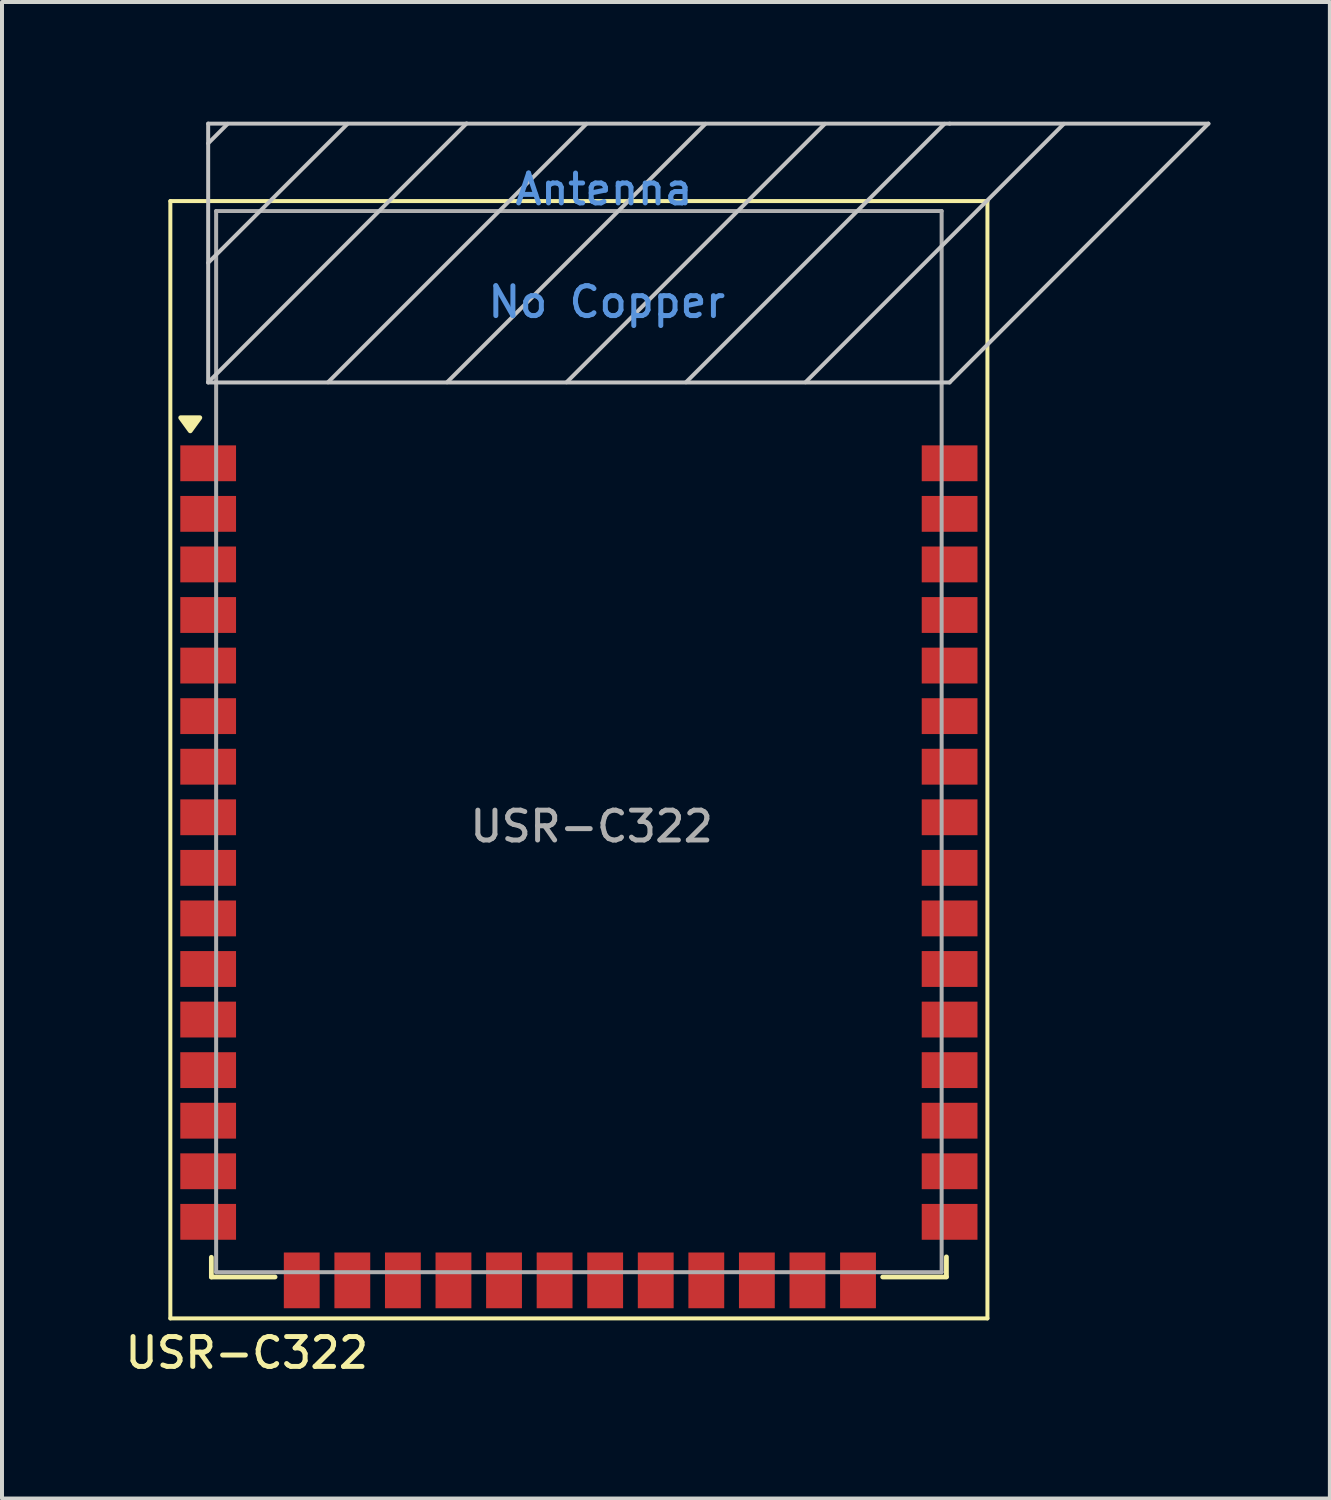
<source format=kicad_pcb>
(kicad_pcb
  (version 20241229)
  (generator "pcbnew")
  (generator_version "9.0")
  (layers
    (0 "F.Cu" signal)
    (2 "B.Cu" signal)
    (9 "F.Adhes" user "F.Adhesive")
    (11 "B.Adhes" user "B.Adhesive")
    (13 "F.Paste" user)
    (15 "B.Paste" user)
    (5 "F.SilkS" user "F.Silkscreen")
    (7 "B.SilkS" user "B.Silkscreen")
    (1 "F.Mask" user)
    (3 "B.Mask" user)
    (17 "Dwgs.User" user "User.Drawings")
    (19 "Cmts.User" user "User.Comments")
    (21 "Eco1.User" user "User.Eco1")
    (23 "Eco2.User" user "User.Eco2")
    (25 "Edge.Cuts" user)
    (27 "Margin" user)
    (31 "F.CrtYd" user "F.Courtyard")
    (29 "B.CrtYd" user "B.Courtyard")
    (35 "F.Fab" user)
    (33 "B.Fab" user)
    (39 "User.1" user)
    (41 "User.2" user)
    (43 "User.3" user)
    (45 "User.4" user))
  (footprint "USR-C322"
    (layer "F.Cu")
    (at 11.488 18.97)
    (property "Reference" "USR-C322" (at -8.34 11.955 0) (layer "F.SilkS") (effects (font (size 0.75 0.75) (thickness 0.125))))
    (attr smd)
    (fp_line (start -10.26 -16.97) (end -10.26 11.09) (stroke (width 0.1) (type solid)) (layer "F.SilkS"))
    (fp_line (start -10.26 11.09) (end 10.26 11.09) (stroke (width 0.1) (type solid)) (layer "F.SilkS"))
    (fp_line (start -9.23 9.555) (end -9.23 10.05) (stroke (width 0.12) (type solid)) (layer "F.SilkS"))
    (fp_line (start -9.23 10.05) (end -7.63 10.05) (stroke (width 0.12) (type solid)) (layer "F.SilkS"))
    (fp_line (start 7.63 10.05) (end 9.23 10.05) (stroke (width 0.12) (type solid)) (layer "F.SilkS"))
    (fp_line (start 9.23 10.045) (end 9.23 9.545) (stroke (width 0.12) (type solid)) (layer "F.SilkS"))
    (fp_line (start 10.26 -16.97) (end -10.26 -16.97) (stroke (width 0.1) (type solid)) (layer "F.SilkS"))
    (fp_line (start 10.26 11.09) (end 10.26 -16.97) (stroke (width 0.1) (type solid)) (layer "F.SilkS"))
    (fp_poly (pts (xy -9.76 -11.2) (xy -10 -11.53) (xy -9.52 -11.53) (xy -9.76 -11.2)) (stroke (width 0.12) (type solid)) (fill yes) (layer "F.SilkS"))
    (fp_line (start -9.31 -18.915) (end -9.31 -12.417) (stroke (width 0.1) (type solid)) (layer "Dwgs.User"))
    (fp_line (start -9.31 -18.915) (end 9.31 -18.915) (stroke (width 0.1) (type solid)) (layer "Dwgs.User"))
    (fp_line (start -9.31 -18.42) (end -8.82 -18.91) (stroke (width 0.1) (type solid)) (layer "Dwgs.User"))
    (fp_line (start -9.31 -15.42) (end -5.81 -18.91) (stroke (width 0.1) (type solid)) (layer "Dwgs.User"))
    (fp_line (start -9.31 -12.42) (end -2.82 -18.92) (stroke (width 0.1) (type solid)) (layer "Dwgs.User"))
    (fp_line (start -9.31 -12.415) (end 9.31 -12.415) (stroke (width 0.1) (type solid)) (layer "Dwgs.User"))
    (fp_line (start -6.3 -12.42) (end 0.19 -18.91) (stroke (width 0.1) (type solid)) (layer "Dwgs.User"))
    (fp_line (start -3.31 -12.42) (end 3.18 -18.91) (stroke (width 0.1) (type solid)) (layer "Dwgs.User"))
    (fp_line (start -0.31 -12.42) (end 6.18 -18.91) (stroke (width 0.1) (type solid)) (layer "Dwgs.User"))
    (fp_line (start 2.69 -12.42) (end 9.18 -18.91) (stroke (width 0.1) (type solid)) (layer "Dwgs.User"))
    (fp_line (start 5.69 -12.42) (end 12.18 -18.91) (stroke (width 0.1) (type solid)) (layer "Dwgs.User"))
    (fp_line (start 9.31 -18.915) (end 15.81 -18.915) (stroke (width 0.1) (type solid)) (layer "Dwgs.User"))
    (fp_line (start 9.31 -12.415) (end 15.81 -18.915) (stroke (width 0.1) (type solid)) (layer "Dwgs.User"))
    (fp_line (start -9.11 -16.72) (end 9.11 -16.72) (stroke (width 0.1) (type solid)) (layer "F.Fab"))
    (fp_line (start -9.11 9.93) (end -9.11 -16.72) (stroke (width 0.1) (type solid)) (layer "F.Fab"))
    (fp_line (start 9.11 9.93) (end -9.11 9.93) (stroke (width 0.1) (type solid)) (layer "F.Fab"))
    (fp_line (start 9.11 9.93) (end 9.11 -16.72) (stroke (width 0.1) (type solid)) (layer "F.Fab"))
    (fp_text user "Antenna" (at 0.63 -17.265 0) (layer "Cmts.User") (effects (font (size 0.75 0.75) (thickness 0.125))))
    (fp_text user "No Copper" (at 0.7 -14.435 0) (layer "Cmts.User") (effects (font (size 0.75 0.75) (thickness 0.125))))
    (fp_text user "${REFERENCE}" (at 0.32 -1.265 0) (layer "F.Fab") (effects (font (size 0.75 0.75) (thickness 0.125))))
    (pad "1" smd rect (at -9.31 -10.385) (size 1.4 0.9) (layers "F.Cu" "F.Mask" "F.Paste"))
    (pad "2" smd rect (at -9.31 -9.115) (size 1.4 0.9) (layers "F.Cu" "F.Mask" "F.Paste"))
    (pad "3" smd rect (at -9.31 -7.845) (size 1.4 0.9) (layers "F.Cu" "F.Mask" "F.Paste"))
    (pad "4" smd rect (at -9.31 -6.575) (size 1.4 0.9) (layers "F.Cu" "F.Mask" "F.Paste"))
    (pad "5" smd rect (at -9.31 -5.305) (size 1.4 0.9) (layers "F.Cu" "F.Mask" "F.Paste"))
    (pad "6" smd rect (at -9.31 -4.035) (size 1.4 0.9) (layers "F.Cu" "F.Mask" "F.Paste"))
    (pad "7" smd rect (at -9.31 -2.765) (size 1.4 0.9) (layers "F.Cu" "F.Mask" "F.Paste"))
    (pad "8" smd rect (at -9.31 -1.495) (size 1.4 0.9) (layers "F.Cu" "F.Mask" "F.Paste"))
    (pad "9" smd rect (at -9.31 -0.225) (size 1.4 0.9) (layers "F.Cu" "F.Mask" "F.Paste"))
    (pad "10" smd rect (at -9.31 1.045) (size 1.4 0.9) (layers "F.Cu" "F.Mask" "F.Paste"))
    (pad "11" smd rect (at -9.31 2.315) (size 1.4 0.9) (layers "F.Cu" "F.Mask" "F.Paste"))
    (pad "12" smd rect (at -9.31 3.585) (size 1.4 0.9) (layers "F.Cu" "F.Mask" "F.Paste"))
    (pad "13" smd rect (at -9.31 4.855) (size 1.4 0.9) (layers "F.Cu" "F.Mask" "F.Paste"))
    (pad "14" smd rect (at -9.31 6.125) (size 1.4 0.9) (layers "F.Cu" "F.Mask" "F.Paste"))
    (pad "15" smd rect (at -9.31 7.395) (size 1.4 0.9) (layers "F.Cu" "F.Mask" "F.Paste"))
    (pad "16" smd rect (at -9.31 8.665) (size 1.4 0.9) (layers "F.Cu" "F.Mask" "F.Paste"))
    (pad "17" smd rect (at -6.96 10.135 90) (size 1.4 0.9) (layers "F.Cu" "F.Mask" "F.Paste"))
    (pad "18" smd rect (at -5.69 10.135 90) (size 1.4 0.9) (layers "F.Cu" "F.Mask" "F.Paste"))
    (pad "19" smd rect (at -4.42 10.135 90) (size 1.4 0.9) (layers "F.Cu" "F.Mask" "F.Paste"))
    (pad "20" smd rect (at -3.15 10.135 90) (size 1.4 0.9) (layers "F.Cu" "F.Mask" "F.Paste"))
    (pad "21" smd rect (at -1.88 10.135 90) (size 1.4 0.9) (layers "F.Cu" "F.Mask" "F.Paste"))
    (pad "22" smd rect (at -0.61 10.135 90) (size 1.4 0.9) (layers "F.Cu" "F.Mask" "F.Paste"))
    (pad "23" smd rect (at 0.66 10.135 90) (size 1.4 0.9) (layers "F.Cu" "F.Mask" "F.Paste"))
    (pad "24" smd rect (at 1.93 10.135 90) (size 1.4 0.9) (layers "F.Cu" "F.Mask" "F.Paste"))
    (pad "25" smd rect (at 3.2 10.135 90) (size 1.4 0.9) (layers "F.Cu" "F.Mask" "F.Paste"))
    (pad "26" smd rect (at 4.47 10.135 90) (size 1.4 0.9) (layers "F.Cu" "F.Mask" "F.Paste"))
    (pad "27" smd rect (at 5.74 10.135 90) (size 1.4 0.9) (layers "F.Cu" "F.Mask" "F.Paste"))
    (pad "28" smd rect (at 7.01 10.135 90) (size 1.4 0.9) (layers "F.Cu" "F.Mask" "F.Paste"))
    (pad "29" smd rect (at 9.31 8.665) (size 1.4 0.9) (layers "F.Cu" "F.Mask" "F.Paste"))
    (pad "30" smd rect (at 9.31 7.395) (size 1.4 0.9) (layers "F.Cu" "F.Mask" "F.Paste"))
    (pad "31" smd rect (at 9.31 6.125) (size 1.4 0.9) (layers "F.Cu" "F.Mask" "F.Paste"))
    (pad "32" smd rect (at 9.31 4.855) (size 1.4 0.9) (layers "F.Cu" "F.Mask" "F.Paste"))
    (pad "33" smd rect (at 9.31 3.585) (size 1.4 0.9) (layers "F.Cu" "F.Mask" "F.Paste"))
    (pad "34" smd rect (at 9.31 2.315) (size 1.4 0.9) (layers "F.Cu" "F.Mask" "F.Paste"))
    (pad "35" smd rect (at 9.31 1.045) (size 1.4 0.9) (layers "F.Cu" "F.Mask" "F.Paste"))
    (pad "36" smd rect (at 9.31 -0.225) (size 1.4 0.9) (layers "F.Cu" "F.Mask" "F.Paste"))
    (pad "37" smd rect (at 9.31 -1.495) (size 1.4 0.9) (layers "F.Cu" "F.Mask" "F.Paste"))
    (pad "38" smd rect (at 9.31 -2.765) (size 1.4 0.9) (layers "F.Cu" "F.Mask" "F.Paste"))
    (pad "39" smd rect (at 9.31 -4.035) (size 1.4 0.9) (layers "F.Cu" "F.Mask" "F.Paste"))
    (pad "40" smd rect (at 9.31 -5.305) (size 1.4 0.9) (layers "F.Cu" "F.Mask" "F.Paste"))
    (pad "41" smd rect (at 9.31 -6.575) (size 1.4 0.9) (layers "F.Cu" "F.Mask" "F.Paste"))
    (pad "42" smd rect (at 9.31 -7.845) (size 1.4 0.9) (layers "F.Cu" "F.Mask" "F.Paste"))
    (pad "43" smd rect (at 9.31 -9.115) (size 1.4 0.9) (layers "F.Cu" "F.Mask" "F.Paste"))
    (pad "44" smd rect (at 9.31 -10.385) (size 1.4 0.9) (layers "F.Cu" "F.Mask" "F.Paste")))
  (gr_rect
    (start -3 -3)
    (end 30.348 34.583)
    (stroke (width 0.1) (type default))
    (fill no)
    (layer "Edge.Cuts")))
</source>
